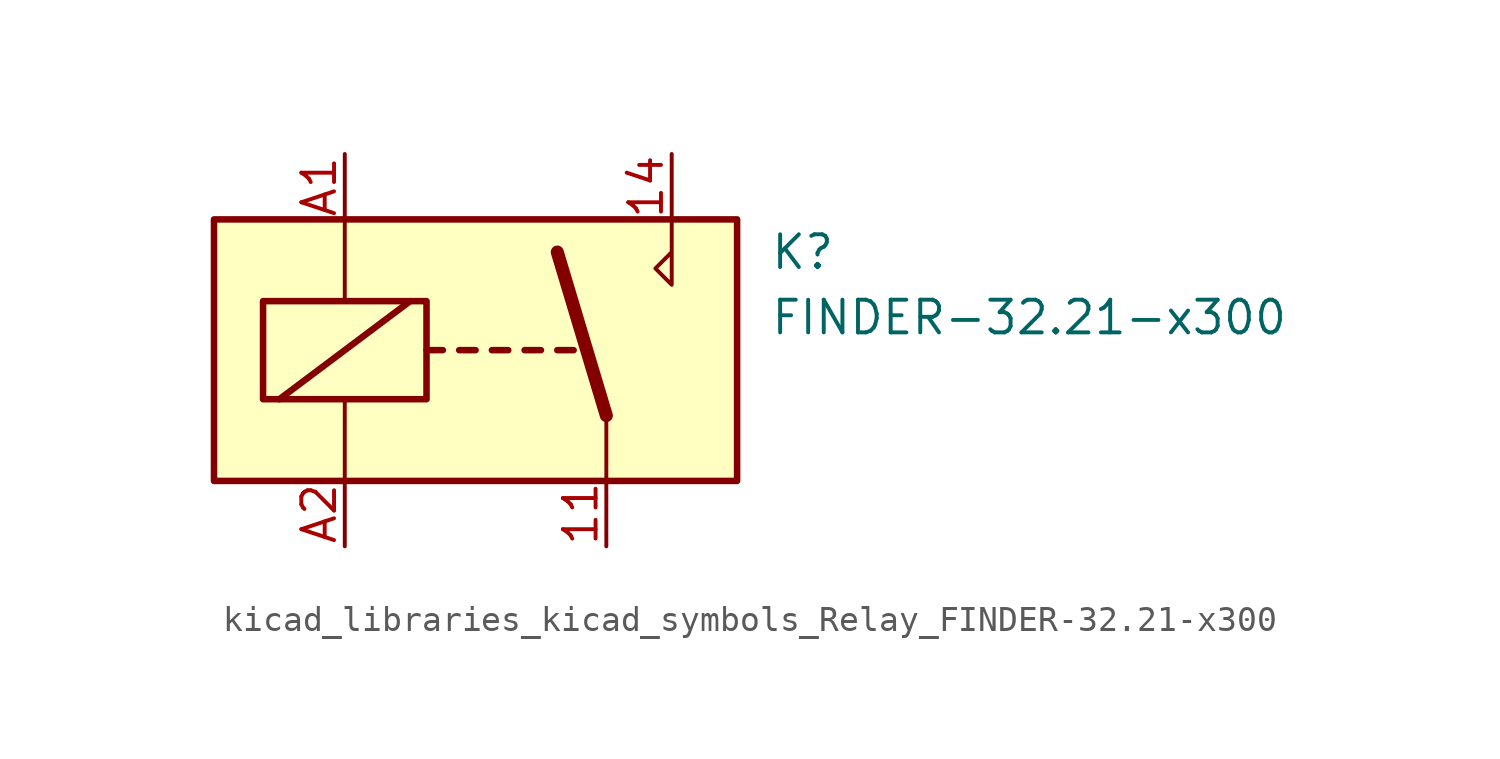
<source format=kicad_sym>
(kicad_symbol_lib
  (version 20220914)
  (generator kicad_symbol_editor)
  (symbol "kicad_libraries_kicad_symbols_Relay_FINDER-32.21-x300"
    (property "Reference" "K"
      (at 11.43 3.81 0)
      (effects (font (size 1.27 1.27)) (justify left)))
    (property "Value" "FINDER-32.21-x300"
      (at 11.43 1.27 0)
      (effects (font (size 1.27 1.27)) (justify left)))
    (symbol "kicad_libraries_kicad_symbols_Relay_FINDER-32.21-x300_0_1"
      (rectangle (start -10.16 5.08) (end 10.16 -5.08) (stroke (width 0.254) (type default)) (fill (type background)))
      (rectangle (start -8.255 1.905) (end -1.905 -1.905) (stroke (width 0.254) (type default)) (fill (type none)))
      (polyline (pts (xy -7.62 -1.905) (xy -2.54 1.905)) (stroke (width 0.254) (type default)) (fill (type none)))
      (polyline (pts (xy -5.08 -5.08) (xy -5.08 -1.905)) (stroke (width 0) (type default)) (fill (type none)))
      (polyline (pts (xy -5.08 5.08) (xy -5.08 1.905)) (stroke (width 0) (type default)) (fill (type none)))
      (polyline (pts (xy -1.905 0) (xy -1.27 0)) (stroke (width 0.254) (type default)) (fill (type none)))
      (polyline (pts (xy -0.635 0) (xy 0 0)) (stroke (width 0.254) (type default)) (fill (type none)))
      (polyline (pts (xy 0.635 0) (xy 1.27 0)) (stroke (width 0.254) (type default)) (fill (type none)))
      (polyline (pts (xy 1.905 0) (xy 2.54 0)) (stroke (width 0.254) (type default)) (fill (type none)))
      (polyline (pts (xy 3.175 0) (xy 3.81 0)) (stroke (width 0.254) (type default)) (fill (type none)))
      (polyline (pts (xy 5.08 -2.54) (xy 3.175 3.81)) (stroke (width 0.508) (type default)) (fill (type none)))
      (polyline (pts (xy 5.08 -2.54) (xy 5.08 -5.08)) (stroke (width 0) (type default)) (fill (type none)))
      (polyline (pts (xy 7.62 5.08) (xy 7.62 2.54) (xy 6.985 3.175) (xy 7.62 3.81)) (stroke (width 0) (type default)) (fill (type none))))
    (symbol "kicad_libraries_kicad_symbols_Relay_FINDER-32.21-x300_1_1"
      (pin passive line (at 5.08 -7.62 90) (length 2.54) (name "~" (effects (font (size 1.27 1.27)))) (number "11" (effects (font (size 1.27 1.27)))))
      (pin passive line (at 7.62 7.62 270) (length 2.54) (name "~" (effects (font (size 1.27 1.27)))) (number "14" (effects (font (size 1.27 1.27)))))
      (pin passive line (at -5.08 7.62 270) (length 2.54) (name "~" (effects (font (size 1.27 1.27)))) (number "A1" (effects (font (size 1.27 1.27)))))
      (pin passive line (at -5.08 -7.62 90) (length 2.54) (name "~" (effects (font (size 1.27 1.27)))) (number "A2" (effects (font (size 1.27 1.27))))))))
</source>
